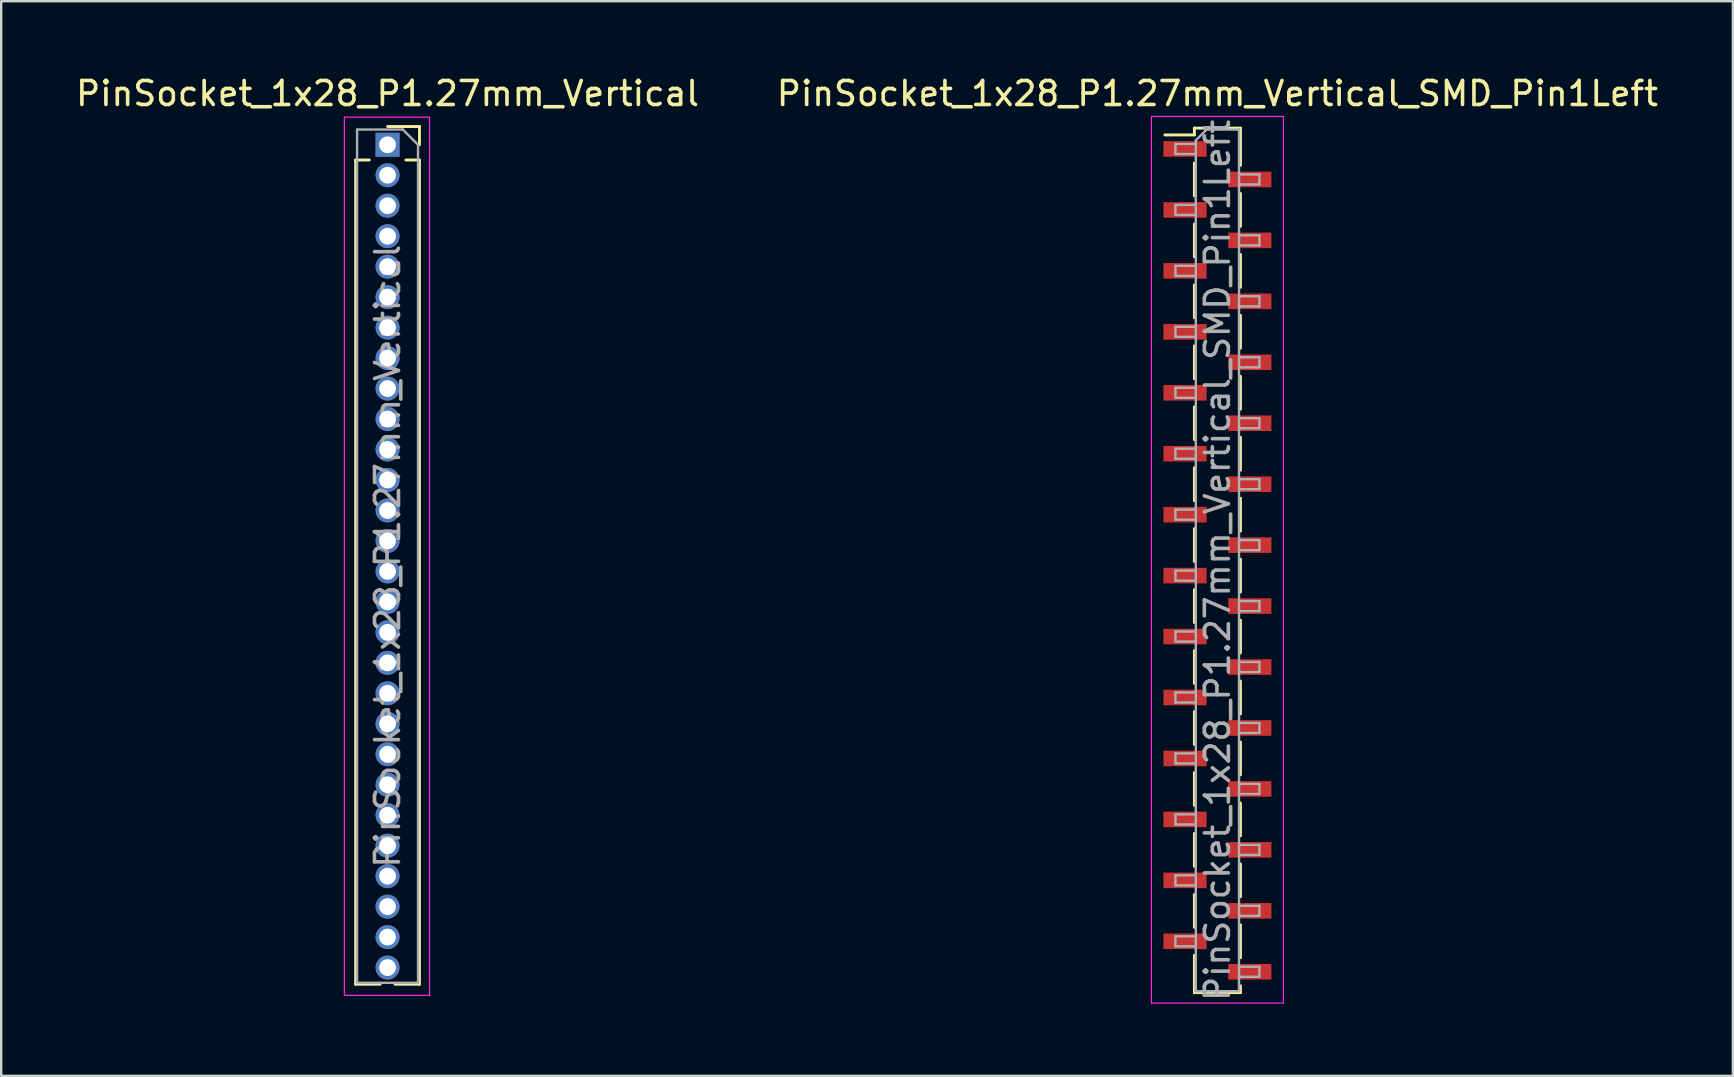
<source format=kicad_pcb>
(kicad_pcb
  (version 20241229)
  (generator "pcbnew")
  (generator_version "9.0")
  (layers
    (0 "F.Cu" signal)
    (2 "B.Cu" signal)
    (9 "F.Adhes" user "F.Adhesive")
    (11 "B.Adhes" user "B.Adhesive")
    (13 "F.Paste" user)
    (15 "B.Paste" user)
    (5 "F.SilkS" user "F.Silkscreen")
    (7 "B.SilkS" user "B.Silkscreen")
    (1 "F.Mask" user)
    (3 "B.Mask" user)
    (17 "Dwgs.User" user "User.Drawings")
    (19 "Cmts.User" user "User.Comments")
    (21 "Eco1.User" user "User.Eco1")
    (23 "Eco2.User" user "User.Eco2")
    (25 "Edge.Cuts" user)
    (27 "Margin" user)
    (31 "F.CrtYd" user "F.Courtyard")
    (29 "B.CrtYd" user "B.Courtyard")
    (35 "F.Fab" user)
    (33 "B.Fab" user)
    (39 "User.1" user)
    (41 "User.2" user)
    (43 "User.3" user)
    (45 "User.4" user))
  (footprint "PinSocket_1x28_P1.27mm_Vertical"
    (layer "F.Cu")
    (at 13.101 2.983)
    (property "Reference" "PinSocket_1x28_P1.27mm_Vertical" (at 0 -2.135 0) (layer "F.SilkS") (effects (font (size 1 1) (thickness 0.15))))
    (attr through_hole)
    (fp_line (start -1.33 0.635) (end -1.33 34.985) (stroke (width 0.12) (type solid)) (layer "F.SilkS"))
    (fp_line (start -1.33 0.635) (end -0.76 0.635) (stroke (width 0.12) (type solid)) (layer "F.SilkS"))
    (fp_line (start -1.33 34.985) (end -0.308 34.985) (stroke (width 0.12) (type solid)) (layer "F.SilkS"))
    (fp_line (start 0 -0.76) (end 1.33 -0.76) (stroke (width 0.12) (type solid)) (layer "F.SilkS"))
    (fp_line (start 0.308 34.985) (end 1.33 34.985) (stroke (width 0.12) (type solid)) (layer "F.SilkS"))
    (fp_line (start 0.76 0.635) (end 1.33 0.635) (stroke (width 0.12) (type solid)) (layer "F.SilkS"))
    (fp_line (start 1.33 -0.76) (end 1.33 0) (stroke (width 0.12) (type solid)) (layer "F.SilkS"))
    (fp_line (start 1.33 0.635) (end 1.33 34.985) (stroke (width 0.12) (type solid)) (layer "F.SilkS"))
    (fp_line (start -1.8 -1.15) (end 1.75 -1.15) (stroke (width 0.05) (type solid)) (layer "F.CrtYd"))
    (fp_line (start -1.8 35.45) (end -1.8 -1.15) (stroke (width 0.05) (type solid)) (layer "F.CrtYd"))
    (fp_line (start 1.75 -1.15) (end 1.75 35.45) (stroke (width 0.05) (type solid)) (layer "F.CrtYd"))
    (fp_line (start 1.75 35.45) (end -1.8 35.45) (stroke (width 0.05) (type solid)) (layer "F.CrtYd"))
    (fp_line (start -1.27 -0.635) (end 0.635 -0.635) (stroke (width 0.1) (type solid)) (layer "F.Fab"))
    (fp_line (start -1.27 34.925) (end -1.27 -0.635) (stroke (width 0.1) (type solid)) (layer "F.Fab"))
    (fp_line (start 0.635 -0.635) (end 1.27 0) (stroke (width 0.1) (type solid)) (layer "F.Fab"))
    (fp_line (start 1.27 0) (end 1.27 34.925) (stroke (width 0.1) (type solid)) (layer "F.Fab"))
    (fp_line (start 1.27 34.925) (end -1.27 34.925) (stroke (width 0.1) (type solid)) (layer "F.Fab"))
    (fp_text user "${REFERENCE}" (at 0 17.145 90) (layer "F.Fab") (effects (font (size 1 1) (thickness 0.15))))
    (pad "1" thru_hole rect (at 0 0) (size 1 1) (drill 0.7) (layers "*.Cu" "*.Mask"))
    (pad "2" thru_hole oval (at 0 1.27) (size 1 1) (drill 0.7) (layers "*.Cu" "*.Mask"))
    (pad "3" thru_hole oval (at 0 2.54) (size 1 1) (drill 0.7) (layers "*.Cu" "*.Mask"))
    (pad "4" thru_hole oval (at 0 3.81) (size 1 1) (drill 0.7) (layers "*.Cu" "*.Mask"))
    (pad "5" thru_hole oval (at 0 5.08) (size 1 1) (drill 0.7) (layers "*.Cu" "*.Mask"))
    (pad "6" thru_hole oval (at 0 6.35) (size 1 1) (drill 0.7) (layers "*.Cu" "*.Mask"))
    (pad "7" thru_hole oval (at 0 7.62) (size 1 1) (drill 0.7) (layers "*.Cu" "*.Mask"))
    (pad "8" thru_hole oval (at 0 8.89) (size 1 1) (drill 0.7) (layers "*.Cu" "*.Mask"))
    (pad "9" thru_hole oval (at 0 10.16) (size 1 1) (drill 0.7) (layers "*.Cu" "*.Mask"))
    (pad "10" thru_hole oval (at 0 11.43) (size 1 1) (drill 0.7) (layers "*.Cu" "*.Mask"))
    (pad "11" thru_hole oval (at 0 12.7) (size 1 1) (drill 0.7) (layers "*.Cu" "*.Mask"))
    (pad "12" thru_hole oval (at 0 13.97) (size 1 1) (drill 0.7) (layers "*.Cu" "*.Mask"))
    (pad "13" thru_hole oval (at 0 15.24) (size 1 1) (drill 0.7) (layers "*.Cu" "*.Mask"))
    (pad "14" thru_hole oval (at 0 16.51) (size 1 1) (drill 0.7) (layers "*.Cu" "*.Mask"))
    (pad "15" thru_hole oval (at 0 17.78) (size 1 1) (drill 0.7) (layers "*.Cu" "*.Mask"))
    (pad "16" thru_hole oval (at 0 19.05) (size 1 1) (drill 0.7) (layers "*.Cu" "*.Mask"))
    (pad "17" thru_hole oval (at 0 20.32) (size 1 1) (drill 0.7) (layers "*.Cu" "*.Mask"))
    (pad "18" thru_hole oval (at 0 21.59) (size 1 1) (drill 0.7) (layers "*.Cu" "*.Mask"))
    (pad "19" thru_hole oval (at 0 22.86) (size 1 1) (drill 0.7) (layers "*.Cu" "*.Mask"))
    (pad "20" thru_hole oval (at 0 24.13) (size 1 1) (drill 0.7) (layers "*.Cu" "*.Mask"))
    (pad "21" thru_hole oval (at 0 25.4) (size 1 1) (drill 0.7) (layers "*.Cu" "*.Mask"))
    (pad "22" thru_hole oval (at 0 26.67) (size 1 1) (drill 0.7) (layers "*.Cu" "*.Mask"))
    (pad "23" thru_hole oval (at 0 27.94) (size 1 1) (drill 0.7) (layers "*.Cu" "*.Mask"))
    (pad "24" thru_hole oval (at 0 29.21) (size 1 1) (drill 0.7) (layers "*.Cu" "*.Mask"))
    (pad "25" thru_hole oval (at 0 30.48) (size 1 1) (drill 0.7) (layers "*.Cu" "*.Mask"))
    (pad "26" thru_hole oval (at 0 31.75) (size 1 1) (drill 0.7) (layers "*.Cu" "*.Mask"))
    (pad "27" thru_hole oval (at 0 33.02) (size 1 1) (drill 0.7) (layers "*.Cu" "*.Mask"))
    (pad "28" thru_hole oval (at 0 34.29) (size 1 1) (drill 0.7) (layers "*.Cu" "*.Mask")))
  (footprint "PinSocket_1x28_P1.27mm_Vertical_SMD_Pin1Left"
    (layer "F.Cu")
    (at 47.685 20.303)
    (property "Reference" "PinSocket_1x28_P1.27mm_Vertical_SMD_Pin1Left" (at 0 -19.455 0) (layer "F.SilkS") (effects (font (size 1 1) (thickness 0.15))))
    (attr smd)
    (fp_line (start -2.19 -17.73) (end -0.96 -17.73) (stroke (width 0.12) (type solid)) (layer "F.SilkS"))
    (fp_line (start -0.96 -18.015) (end -0.96 -17.73) (stroke (width 0.12) (type solid)) (layer "F.SilkS"))
    (fp_line (start -0.96 -18.015) (end 0.96 -18.015) (stroke (width 0.12) (type solid)) (layer "F.SilkS"))
    (fp_line (start -0.96 -16.56) (end -0.96 -15.19) (stroke (width 0.12) (type solid)) (layer "F.SilkS"))
    (fp_line (start -0.96 -14.02) (end -0.96 -12.65) (stroke (width 0.12) (type solid)) (layer "F.SilkS"))
    (fp_line (start -0.96 -11.48) (end -0.96 -10.11) (stroke (width 0.12) (type solid)) (layer "F.SilkS"))
    (fp_line (start -0.96 -8.94) (end -0.96 -7.57) (stroke (width 0.12) (type solid)) (layer "F.SilkS"))
    (fp_line (start -0.96 -6.4) (end -0.96 -5.03) (stroke (width 0.12) (type solid)) (layer "F.SilkS"))
    (fp_line (start -0.96 -3.86) (end -0.96 -2.49) (stroke (width 0.12) (type solid)) (layer "F.SilkS"))
    (fp_line (start -0.96 -1.32) (end -0.96 0.05) (stroke (width 0.12) (type solid)) (layer "F.SilkS"))
    (fp_line (start -0.96 1.22) (end -0.96 2.59) (stroke (width 0.12) (type solid)) (layer "F.SilkS"))
    (fp_line (start -0.96 3.76) (end -0.96 5.13) (stroke (width 0.12) (type solid)) (layer "F.SilkS"))
    (fp_line (start -0.96 6.3) (end -0.96 7.67) (stroke (width 0.12) (type solid)) (layer "F.SilkS"))
    (fp_line (start -0.96 8.84) (end -0.96 10.21) (stroke (width 0.12) (type solid)) (layer "F.SilkS"))
    (fp_line (start -0.96 11.38) (end -0.96 12.75) (stroke (width 0.12) (type solid)) (layer "F.SilkS"))
    (fp_line (start -0.96 13.92) (end -0.96 15.29) (stroke (width 0.12) (type solid)) (layer "F.SilkS"))
    (fp_line (start -0.96 16.46) (end -0.96 18.015) (stroke (width 0.12) (type solid)) (layer "F.SilkS"))
    (fp_line (start -0.96 18.015) (end 0.96 18.015) (stroke (width 0.12) (type solid)) (layer "F.SilkS"))
    (fp_line (start 0.96 -18.015) (end 0.96 -16.46) (stroke (width 0.12) (type solid)) (layer "F.SilkS"))
    (fp_line (start 0.96 -15.29) (end 0.96 -13.92) (stroke (width 0.12) (type solid)) (layer "F.SilkS"))
    (fp_line (start 0.96 -12.75) (end 0.96 -11.38) (stroke (width 0.12) (type solid)) (layer "F.SilkS"))
    (fp_line (start 0.96 -10.21) (end 0.96 -8.84) (stroke (width 0.12) (type solid)) (layer "F.SilkS"))
    (fp_line (start 0.96 -7.67) (end 0.96 -6.3) (stroke (width 0.12) (type solid)) (layer "F.SilkS"))
    (fp_line (start 0.96 -5.13) (end 0.96 -3.76) (stroke (width 0.12) (type solid)) (layer "F.SilkS"))
    (fp_line (start 0.96 -2.59) (end 0.96 -1.22) (stroke (width 0.12) (type solid)) (layer "F.SilkS"))
    (fp_line (start 0.96 -0.05) (end 0.96 1.32) (stroke (width 0.12) (type solid)) (layer "F.SilkS"))
    (fp_line (start 0.96 2.49) (end 0.96 3.86) (stroke (width 0.12) (type solid)) (layer "F.SilkS"))
    (fp_line (start 0.96 5.03) (end 0.96 6.4) (stroke (width 0.12) (type solid)) (layer "F.SilkS"))
    (fp_line (start 0.96 7.57) (end 0.96 8.94) (stroke (width 0.12) (type solid)) (layer "F.SilkS"))
    (fp_line (start 0.96 10.11) (end 0.96 11.48) (stroke (width 0.12) (type solid)) (layer "F.SilkS"))
    (fp_line (start 0.96 12.65) (end 0.96 14.02) (stroke (width 0.12) (type solid)) (layer "F.SilkS"))
    (fp_line (start 0.96 15.19) (end 0.96 16.56) (stroke (width 0.12) (type solid)) (layer "F.SilkS"))
    (fp_line (start 0.96 17.73) (end 0.96 18.015) (stroke (width 0.12) (type solid)) (layer "F.SilkS"))
    (fp_line (start -2.75 -18.5) (end 2.75 -18.5) (stroke (width 0.05) (type solid)) (layer "F.CrtYd"))
    (fp_line (start -2.75 18.45) (end -2.75 -18.5) (stroke (width 0.05) (type solid)) (layer "F.CrtYd"))
    (fp_line (start 2.75 -18.5) (end 2.75 18.45) (stroke (width 0.05) (type solid)) (layer "F.CrtYd"))
    (fp_line (start 2.75 18.45) (end -2.75 18.45) (stroke (width 0.05) (type solid)) (layer "F.CrtYd"))
    (fp_line (start -1.75 -17.355) (end -0.9 -17.355) (stroke (width 0.1) (type solid)) (layer "F.Fab"))
    (fp_line (start -1.75 -16.935) (end -1.75 -17.355) (stroke (width 0.1) (type solid)) (layer "F.Fab"))
    (fp_line (start -1.75 -14.815) (end -0.9 -14.815) (stroke (width 0.1) (type solid)) (layer "F.Fab"))
    (fp_line (start -1.75 -14.395) (end -1.75 -14.815) (stroke (width 0.1) (type solid)) (layer "F.Fab"))
    (fp_line (start -1.75 -12.275) (end -0.9 -12.275) (stroke (width 0.1) (type solid)) (layer "F.Fab"))
    (fp_line (start -1.75 -11.855) (end -1.75 -12.275) (stroke (width 0.1) (type solid)) (layer "F.Fab"))
    (fp_line (start -1.75 -9.735) (end -0.9 -9.735) (stroke (width 0.1) (type solid)) (layer "F.Fab"))
    (fp_line (start -1.75 -9.315) (end -1.75 -9.735) (stroke (width 0.1) (type solid)) (layer "F.Fab"))
    (fp_line (start -1.75 -7.195) (end -0.9 -7.195) (stroke (width 0.1) (type solid)) (layer "F.Fab"))
    (fp_line (start -1.75 -6.775) (end -1.75 -7.195) (stroke (width 0.1) (type solid)) (layer "F.Fab"))
    (fp_line (start -1.75 -4.655) (end -0.9 -4.655) (stroke (width 0.1) (type solid)) (layer "F.Fab"))
    (fp_line (start -1.75 -4.235) (end -1.75 -4.655) (stroke (width 0.1) (type solid)) (layer "F.Fab"))
    (fp_line (start -1.75 -2.115) (end -0.9 -2.115) (stroke (width 0.1) (type solid)) (layer "F.Fab"))
    (fp_line (start -1.75 -1.695) (end -1.75 -2.115) (stroke (width 0.1) (type solid)) (layer "F.Fab"))
    (fp_line (start -1.75 0.425) (end -0.9 0.425) (stroke (width 0.1) (type solid)) (layer "F.Fab"))
    (fp_line (start -1.75 0.845) (end -1.75 0.425) (stroke (width 0.1) (type solid)) (layer "F.Fab"))
    (fp_line (start -1.75 2.965) (end -0.9 2.965) (stroke (width 0.1) (type solid)) (layer "F.Fab"))
    (fp_line (start -1.75 3.385) (end -1.75 2.965) (stroke (width 0.1) (type solid)) (layer "F.Fab"))
    (fp_line (start -1.75 5.505) (end -0.9 5.505) (stroke (width 0.1) (type solid)) (layer "F.Fab"))
    (fp_line (start -1.75 5.925) (end -1.75 5.505) (stroke (width 0.1) (type solid)) (layer "F.Fab"))
    (fp_line (start -1.75 8.045) (end -0.9 8.045) (stroke (width 0.1) (type solid)) (layer "F.Fab"))
    (fp_line (start -1.75 8.465) (end -1.75 8.045) (stroke (width 0.1) (type solid)) (layer "F.Fab"))
    (fp_line (start -1.75 10.585) (end -0.9 10.585) (stroke (width 0.1) (type solid)) (layer "F.Fab"))
    (fp_line (start -1.75 11.005) (end -1.75 10.585) (stroke (width 0.1) (type solid)) (layer "F.Fab"))
    (fp_line (start -1.75 13.125) (end -0.9 13.125) (stroke (width 0.1) (type solid)) (layer "F.Fab"))
    (fp_line (start -1.75 13.545) (end -1.75 13.125) (stroke (width 0.1) (type solid)) (layer "F.Fab"))
    (fp_line (start -1.75 15.665) (end -0.9 15.665) (stroke (width 0.1) (type solid)) (layer "F.Fab"))
    (fp_line (start -1.75 16.085) (end -1.75 15.665) (stroke (width 0.1) (type solid)) (layer "F.Fab"))
    (fp_line (start -0.9 -17.505) (end -0.45 -17.955) (stroke (width 0.1) (type solid)) (layer "F.Fab"))
    (fp_line (start -0.9 -16.935) (end -1.75 -16.935) (stroke (width 0.1) (type solid)) (layer "F.Fab"))
    (fp_line (start -0.9 -14.395) (end -1.75 -14.395) (stroke (width 0.1) (type solid)) (layer "F.Fab"))
    (fp_line (start -0.9 -11.855) (end -1.75 -11.855) (stroke (width 0.1) (type solid)) (layer "F.Fab"))
    (fp_line (start -0.9 -9.315) (end -1.75 -9.315) (stroke (width 0.1) (type solid)) (layer "F.Fab"))
    (fp_line (start -0.9 -6.775) (end -1.75 -6.775) (stroke (width 0.1) (type solid)) (layer "F.Fab"))
    (fp_line (start -0.9 -4.235) (end -1.75 -4.235) (stroke (width 0.1) (type solid)) (layer "F.Fab"))
    (fp_line (start -0.9 -1.695) (end -1.75 -1.695) (stroke (width 0.1) (type solid)) (layer "F.Fab"))
    (fp_line (start -0.9 0.845) (end -1.75 0.845) (stroke (width 0.1) (type solid)) (layer "F.Fab"))
    (fp_line (start -0.9 3.385) (end -1.75 3.385) (stroke (width 0.1) (type solid)) (layer "F.Fab"))
    (fp_line (start -0.9 5.925) (end -1.75 5.925) (stroke (width 0.1) (type solid)) (layer "F.Fab"))
    (fp_line (start -0.9 8.465) (end -1.75 8.465) (stroke (width 0.1) (type solid)) (layer "F.Fab"))
    (fp_line (start -0.9 11.005) (end -1.75 11.005) (stroke (width 0.1) (type solid)) (layer "F.Fab"))
    (fp_line (start -0.9 13.545) (end -1.75 13.545) (stroke (width 0.1) (type solid)) (layer "F.Fab"))
    (fp_line (start -0.9 16.085) (end -1.75 16.085) (stroke (width 0.1) (type solid)) (layer "F.Fab"))
    (fp_line (start -0.9 17.955) (end -0.9 -17.505) (stroke (width 0.1) (type solid)) (layer "F.Fab"))
    (fp_line (start -0.45 -17.955) (end 0.9 -17.955) (stroke (width 0.1) (type solid)) (layer "F.Fab"))
    (fp_line (start 0.9 -17.955) (end 0.9 17.955) (stroke (width 0.1) (type solid)) (layer "F.Fab"))
    (fp_line (start 0.9 -16.085) (end 1.75 -16.085) (stroke (width 0.1) (type solid)) (layer "F.Fab"))
    (fp_line (start 0.9 -13.545) (end 1.75 -13.545) (stroke (width 0.1) (type solid)) (layer "F.Fab"))
    (fp_line (start 0.9 -11.005) (end 1.75 -11.005) (stroke (width 0.1) (type solid)) (layer "F.Fab"))
    (fp_line (start 0.9 -8.465) (end 1.75 -8.465) (stroke (width 0.1) (type solid)) (layer "F.Fab"))
    (fp_line (start 0.9 -5.925) (end 1.75 -5.925) (stroke (width 0.1) (type solid)) (layer "F.Fab"))
    (fp_line (start 0.9 -3.385) (end 1.75 -3.385) (stroke (width 0.1) (type solid)) (layer "F.Fab"))
    (fp_line (start 0.9 -0.845) (end 1.75 -0.845) (stroke (width 0.1) (type solid)) (layer "F.Fab"))
    (fp_line (start 0.9 1.695) (end 1.75 1.695) (stroke (width 0.1) (type solid)) (layer "F.Fab"))
    (fp_line (start 0.9 4.235) (end 1.75 4.235) (stroke (width 0.1) (type solid)) (layer "F.Fab"))
    (fp_line (start 0.9 6.775) (end 1.75 6.775) (stroke (width 0.1) (type solid)) (layer "F.Fab"))
    (fp_line (start 0.9 9.315) (end 1.75 9.315) (stroke (width 0.1) (type solid)) (layer "F.Fab"))
    (fp_line (start 0.9 11.855) (end 1.75 11.855) (stroke (width 0.1) (type solid)) (layer "F.Fab"))
    (fp_line (start 0.9 14.395) (end 1.75 14.395) (stroke (width 0.1) (type solid)) (layer "F.Fab"))
    (fp_line (start 0.9 16.935) (end 1.75 16.935) (stroke (width 0.1) (type solid)) (layer "F.Fab"))
    (fp_line (start 0.9 17.955) (end -0.9 17.955) (stroke (width 0.1) (type solid)) (layer "F.Fab"))
    (fp_line (start 1.75 -16.085) (end 1.75 -15.665) (stroke (width 0.1) (type solid)) (layer "F.Fab"))
    (fp_line (start 1.75 -15.665) (end 0.9 -15.665) (stroke (width 0.1) (type solid)) (layer "F.Fab"))
    (fp_line (start 1.75 -13.545) (end 1.75 -13.125) (stroke (width 0.1) (type solid)) (layer "F.Fab"))
    (fp_line (start 1.75 -13.125) (end 0.9 -13.125) (stroke (width 0.1) (type solid)) (layer "F.Fab"))
    (fp_line (start 1.75 -11.005) (end 1.75 -10.585) (stroke (width 0.1) (type solid)) (layer "F.Fab"))
    (fp_line (start 1.75 -10.585) (end 0.9 -10.585) (stroke (width 0.1) (type solid)) (layer "F.Fab"))
    (fp_line (start 1.75 -8.465) (end 1.75 -8.045) (stroke (width 0.1) (type solid)) (layer "F.Fab"))
    (fp_line (start 1.75 -8.045) (end 0.9 -8.045) (stroke (width 0.1) (type solid)) (layer "F.Fab"))
    (fp_line (start 1.75 -5.925) (end 1.75 -5.505) (stroke (width 0.1) (type solid)) (layer "F.Fab"))
    (fp_line (start 1.75 -5.505) (end 0.9 -5.505) (stroke (width 0.1) (type solid)) (layer "F.Fab"))
    (fp_line (start 1.75 -3.385) (end 1.75 -2.965) (stroke (width 0.1) (type solid)) (layer "F.Fab"))
    (fp_line (start 1.75 -2.965) (end 0.9 -2.965) (stroke (width 0.1) (type solid)) (layer "F.Fab"))
    (fp_line (start 1.75 -0.845) (end 1.75 -0.425) (stroke (width 0.1) (type solid)) (layer "F.Fab"))
    (fp_line (start 1.75 -0.425) (end 0.9 -0.425) (stroke (width 0.1) (type solid)) (layer "F.Fab"))
    (fp_line (start 1.75 1.695) (end 1.75 2.115) (stroke (width 0.1) (type solid)) (layer "F.Fab"))
    (fp_line (start 1.75 2.115) (end 0.9 2.115) (stroke (width 0.1) (type solid)) (layer "F.Fab"))
    (fp_line (start 1.75 4.235) (end 1.75 4.655) (stroke (width 0.1) (type solid)) (layer "F.Fab"))
    (fp_line (start 1.75 4.655) (end 0.9 4.655) (stroke (width 0.1) (type solid)) (layer "F.Fab"))
    (fp_line (start 1.75 6.775) (end 1.75 7.195) (stroke (width 0.1) (type solid)) (layer "F.Fab"))
    (fp_line (start 1.75 7.195) (end 0.9 7.195) (stroke (width 0.1) (type solid)) (layer "F.Fab"))
    (fp_line (start 1.75 9.315) (end 1.75 9.735) (stroke (width 0.1) (type solid)) (layer "F.Fab"))
    (fp_line (start 1.75 9.735) (end 0.9 9.735) (stroke (width 0.1) (type solid)) (layer "F.Fab"))
    (fp_line (start 1.75 11.855) (end 1.75 12.275) (stroke (width 0.1) (type solid)) (layer "F.Fab"))
    (fp_line (start 1.75 12.275) (end 0.9 12.275) (stroke (width 0.1) (type solid)) (layer "F.Fab"))
    (fp_line (start 1.75 14.395) (end 1.75 14.815) (stroke (width 0.1) (type solid)) (layer "F.Fab"))
    (fp_line (start 1.75 14.815) (end 0.9 14.815) (stroke (width 0.1) (type solid)) (layer "F.Fab"))
    (fp_line (start 1.75 16.935) (end 1.75 17.355) (stroke (width 0.1) (type solid)) (layer "F.Fab"))
    (fp_line (start 1.75 17.355) (end 0.9 17.355) (stroke (width 0.1) (type solid)) (layer "F.Fab"))
    (fp_text user "${REFERENCE}" (at 0 0 90) (layer "F.Fab") (effects (font (size 1 1) (thickness 0.15))))
    (pad "1" smd rect (at -1.35 -17.145) (size 1.8 0.65) (layers "F.Cu" "F.Mask" "F.Paste"))
    (pad "2" smd rect (at 1.35 -15.875) (size 1.8 0.65) (layers "F.Cu" "F.Mask" "F.Paste"))
    (pad "3" smd rect (at -1.35 -14.605) (size 1.8 0.65) (layers "F.Cu" "F.Mask" "F.Paste"))
    (pad "4" smd rect (at 1.35 -13.335) (size 1.8 0.65) (layers "F.Cu" "F.Mask" "F.Paste"))
    (pad "5" smd rect (at -1.35 -12.065) (size 1.8 0.65) (layers "F.Cu" "F.Mask" "F.Paste"))
    (pad "6" smd rect (at 1.35 -10.795) (size 1.8 0.65) (layers "F.Cu" "F.Mask" "F.Paste"))
    (pad "7" smd rect (at -1.35 -9.525) (size 1.8 0.65) (layers "F.Cu" "F.Mask" "F.Paste"))
    (pad "8" smd rect (at 1.35 -8.255) (size 1.8 0.65) (layers "F.Cu" "F.Mask" "F.Paste"))
    (pad "9" smd rect (at -1.35 -6.985) (size 1.8 0.65) (layers "F.Cu" "F.Mask" "F.Paste"))
    (pad "10" smd rect (at 1.35 -5.715) (size 1.8 0.65) (layers "F.Cu" "F.Mask" "F.Paste"))
    (pad "11" smd rect (at -1.35 -4.445) (size 1.8 0.65) (layers "F.Cu" "F.Mask" "F.Paste"))
    (pad "12" smd rect (at 1.35 -3.175) (size 1.8 0.65) (layers "F.Cu" "F.Mask" "F.Paste"))
    (pad "13" smd rect (at -1.35 -1.905) (size 1.8 0.65) (layers "F.Cu" "F.Mask" "F.Paste"))
    (pad "14" smd rect (at 1.35 -0.635) (size 1.8 0.65) (layers "F.Cu" "F.Mask" "F.Paste"))
    (pad "15" smd rect (at -1.35 0.635) (size 1.8 0.65) (layers "F.Cu" "F.Mask" "F.Paste"))
    (pad "16" smd rect (at 1.35 1.905) (size 1.8 0.65) (layers "F.Cu" "F.Mask" "F.Paste"))
    (pad "17" smd rect (at -1.35 3.175) (size 1.8 0.65) (layers "F.Cu" "F.Mask" "F.Paste"))
    (pad "18" smd rect (at 1.35 4.445) (size 1.8 0.65) (layers "F.Cu" "F.Mask" "F.Paste"))
    (pad "19" smd rect (at -1.35 5.715) (size 1.8 0.65) (layers "F.Cu" "F.Mask" "F.Paste"))
    (pad "20" smd rect (at 1.35 6.985) (size 1.8 0.65) (layers "F.Cu" "F.Mask" "F.Paste"))
    (pad "21" smd rect (at -1.35 8.255) (size 1.8 0.65) (layers "F.Cu" "F.Mask" "F.Paste"))
    (pad "22" smd rect (at 1.35 9.525) (size 1.8 0.65) (layers "F.Cu" "F.Mask" "F.Paste"))
    (pad "23" smd rect (at -1.35 10.795) (size 1.8 0.65) (layers "F.Cu" "F.Mask" "F.Paste"))
    (pad "24" smd rect (at 1.35 12.065) (size 1.8 0.65) (layers "F.Cu" "F.Mask" "F.Paste"))
    (pad "25" smd rect (at -1.35 13.335) (size 1.8 0.65) (layers "F.Cu" "F.Mask" "F.Paste"))
    (pad "26" smd rect (at 1.35 14.605) (size 1.8 0.65) (layers "F.Cu" "F.Mask" "F.Paste"))
    (pad "27" smd rect (at -1.35 15.875) (size 1.8 0.65) (layers "F.Cu" "F.Mask" "F.Paste"))
    (pad "28" smd rect (at 1.35 17.145) (size 1.8 0.65) (layers "F.Cu" "F.Mask" "F.Paste")))
  (gr_rect
    (start -3 -3)
    (end 69.167 41.785)
    (stroke (width 0.1) (type default))
    (fill no)
    (layer "Edge.Cuts")))
</source>
